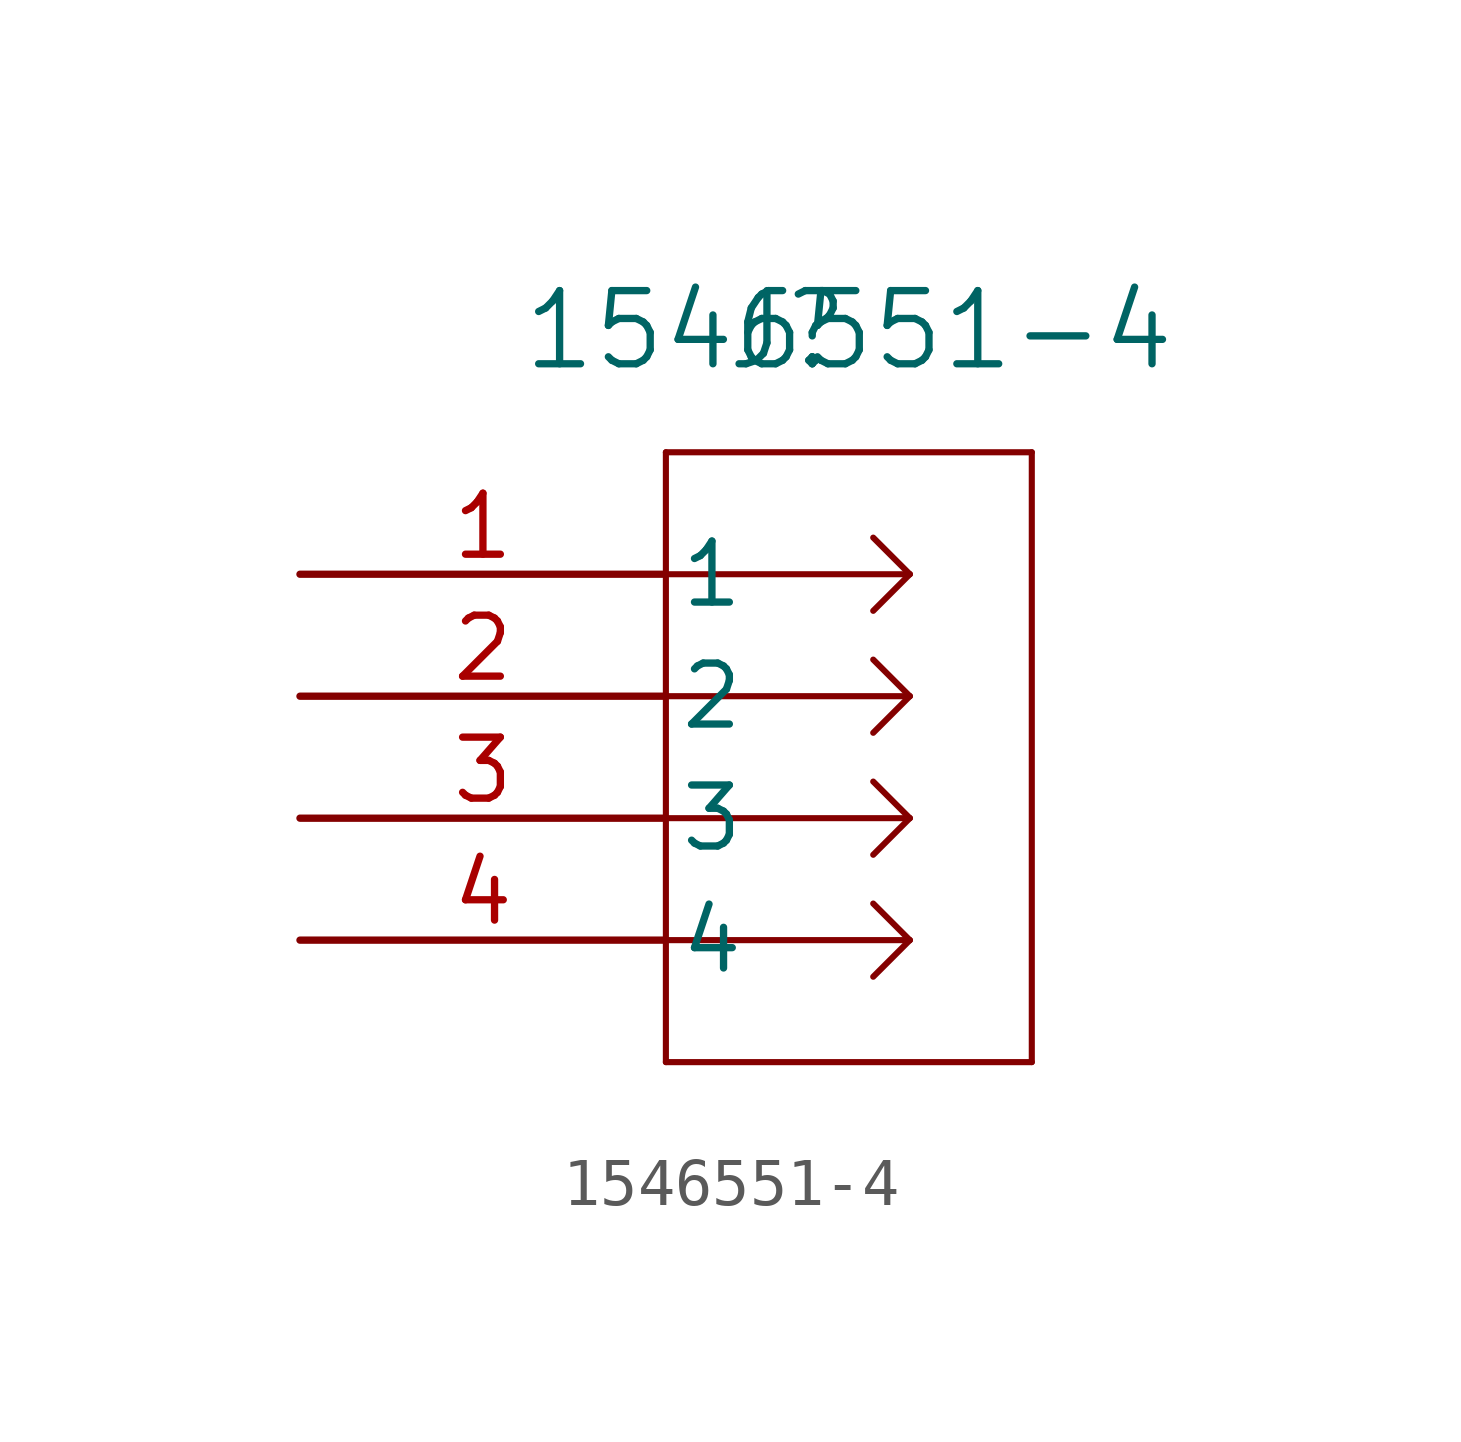
<source format=kicad_sym>
(kicad_symbol_lib
  (version 20211014)
  (generator kicad_symbol_editor)
  (symbol "1546551-4"
    (pin_names
      (offset 0.254))
    (property "Reference" "J"
      (at 10.16 5.08 0)
      (effects (font (size 1.524 1.524))))
    (property "Value" "1546551-4"
      (at 11.43 5.08 0)
      (effects (font (size 1.524 1.524))))
    (symbol "1546551-4_0_1"
      (polyline (pts (xy 7.62 2.54) (xy 7.62 -10.16)) (stroke (width 0.127) (type default) (color 0 0 0 0)) (fill (type none)))
      (polyline (pts (xy 7.62 -10.16) (xy 15.24 -10.16)) (stroke (width 0.127) (type default) (color 0 0 0 0)) (fill (type none)))
      (polyline (pts (xy 15.24 -10.16) (xy 15.24 2.54)) (stroke (width 0.127) (type default) (color 0 0 0 0)) (fill (type none)))
      (polyline (pts (xy 15.24 2.54) (xy 7.62 2.54)) (stroke (width 0.127) (type default) (color 0 0 0 0)) (fill (type none)))
      (polyline (pts (xy 7.62 0) (xy 12.7 0)) (stroke (width 0.127) (type default) (color 0 0 0 0)) (fill (type none)))
      (polyline (pts (xy 7.62 -2.54) (xy 12.7 -2.54)) (stroke (width 0.127) (type default) (color 0 0 0 0)) (fill (type none)))
      (polyline (pts (xy 7.62 -5.08) (xy 12.7 -5.08)) (stroke (width 0.127) (type default) (color 0 0 0 0)) (fill (type none)))
      (polyline (pts (xy 7.62 -7.62) (xy 12.7 -7.62)) (stroke (width 0.127) (type default) (color 0 0 0 0)) (fill (type none)))
      (polyline (pts (xy 12.7 0) (xy 11.938 0.762)) (stroke (width 0.127) (type default) (color 0 0 0 0)) (fill (type none)))
      (polyline (pts (xy 12.7 0) (xy 11.938 -0.762)) (stroke (width 0.127) (type default) (color 0 0 0 0)) (fill (type none)))
      (polyline (pts (xy 12.7 -2.54) (xy 11.938 -1.778)) (stroke (width 0.127) (type default) (color 0 0 0 0)) (fill (type none)))
      (polyline (pts (xy 12.7 -2.54) (xy 11.938 -3.302)) (stroke (width 0.127) (type default) (color 0 0 0 0)) (fill (type none)))
      (polyline (pts (xy 12.7 -5.08) (xy 11.938 -4.318)) (stroke (width 0.127) (type default) (color 0 0 0 0)) (fill (type none)))
      (polyline (pts (xy 12.7 -5.08) (xy 11.938 -5.842)) (stroke (width 0.127) (type default) (color 0 0 0 0)) (fill (type none)))
      (polyline (pts (xy 12.7 -7.62) (xy 11.938 -6.858)) (stroke (width 0.127) (type default) (color 0 0 0 0)) (fill (type none)))
      (polyline (pts (xy 12.7 -7.62) (xy 11.938 -8.382)) (stroke (width 0.127) (type default) (color 0 0 0 0)) (fill (type none)))
      (pin unspecified line (at 0 0 0) (length 7.62) (name "1" (effects (font (size 1.27 1.27)))) (number "1" (effects (font (size 1.27 1.27)))))
      (pin unspecified line (at 0 -2.54 0) (length 7.62) (name "2" (effects (font (size 1.27 1.27)))) (number "2" (effects (font (size 1.27 1.27)))))
      (pin unspecified line (at 0 -5.08 0) (length 7.62) (name "3" (effects (font (size 1.27 1.27)))) (number "3" (effects (font (size 1.27 1.27)))))
      (pin unspecified line (at 0 -7.62 0) (length 7.62) (name "4" (effects (font (size 1.27 1.27)))) (number "4" (effects (font (size 1.27 1.27))))))))
</source>
